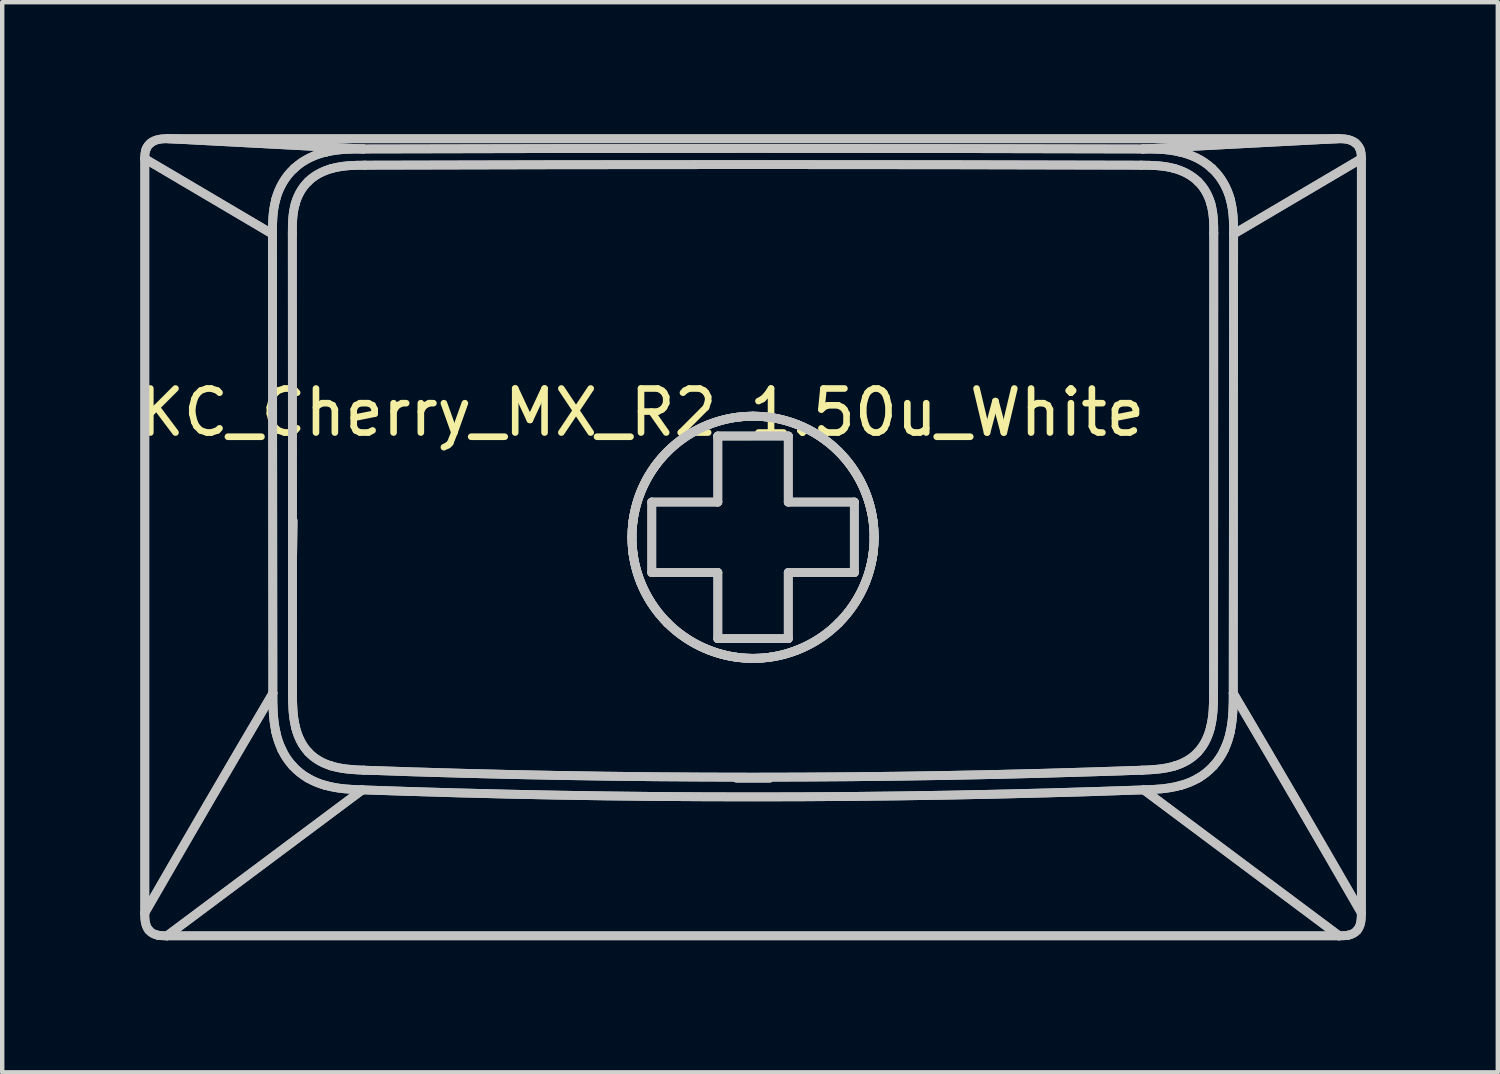
<source format=kicad_pcb>
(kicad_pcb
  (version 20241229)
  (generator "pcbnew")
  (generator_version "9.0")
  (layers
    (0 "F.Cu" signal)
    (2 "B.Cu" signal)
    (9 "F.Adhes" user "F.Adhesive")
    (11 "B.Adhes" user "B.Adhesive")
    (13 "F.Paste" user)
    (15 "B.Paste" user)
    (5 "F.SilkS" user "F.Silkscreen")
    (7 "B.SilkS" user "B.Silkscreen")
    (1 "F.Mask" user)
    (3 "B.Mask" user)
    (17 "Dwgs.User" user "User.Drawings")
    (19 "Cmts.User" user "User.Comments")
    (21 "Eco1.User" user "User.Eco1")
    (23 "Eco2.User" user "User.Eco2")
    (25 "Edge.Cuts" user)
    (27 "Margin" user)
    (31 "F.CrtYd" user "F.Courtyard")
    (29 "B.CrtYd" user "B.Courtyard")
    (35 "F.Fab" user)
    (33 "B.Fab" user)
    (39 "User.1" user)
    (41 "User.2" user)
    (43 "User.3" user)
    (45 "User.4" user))
  (footprint "KC_Cherry_MX_R2_1.50u_White"
    (layer "F.Cu")
    (at 14.07 9.111)
    (property "Reference" "KC_Cherry_MX_R2_1.50u_White" (at -2.54 -2.794 0) (layer "F.SilkS") (effects (font (size 1 1) (thickness 0.15))))
    (attr allow_missing_courtyard)
    (fp_line (start -13.832 -8.557) (end -13.832 8.568) (stroke (width 0.2) (type default)) (layer "Dwgs.User"))
    (fp_line (start -13.832 -8.557) (end -13.832 8.568) (stroke (width 0.2) (type default)) (layer "Dwgs.User"))
    (fp_line (start -13.328 9.089) (end 13.288 9.089) (stroke (width 0.2) (type default)) (layer "Dwgs.User"))
    (fp_line (start -13.328 9.089) (end 13.288 9.089) (stroke (width 0.2) (type default)) (layer "Dwgs.User"))
    (fp_line (start -10.933 -6.846) (end -13.832 -8.557) (stroke (width 0.2) (type default)) (layer "Dwgs.User"))
    (fp_line (start -10.933 -6.846) (end -13.832 -8.557) (stroke (width 0.2) (type default)) (layer "Dwgs.User"))
    (fp_line (start -10.924 3.58) (end -10.933 -6.846) (stroke (width 0.2) (type default)) (layer "Dwgs.User"))
    (fp_line (start -10.924 3.58) (end -10.933 -6.846) (stroke (width 0.2) (type default)) (layer "Dwgs.User"))
    (fp_line (start -10.478 3.564) (end -10.482 -6.861) (stroke (width 0.2) (type default)) (layer "Dwgs.User"))
    (fp_line (start -10.478 3.564) (end -10.482 -6.861) (stroke (width 0.2) (type default)) (layer "Dwgs.User"))
    (fp_line (start -10.465 -0.336) (end -10.475 0.414) (stroke (width 0.2) (type default)) (layer "Dwgs.User"))
    (fp_line (start -10.465 -0.336) (end -10.475 0.414) (stroke (width 0.2) (type default)) (layer "Dwgs.User"))
    (fp_line (start -8.892 5.775) (end -13.328 9.089) (stroke (width 0.2) (type default)) (layer "Dwgs.User"))
    (fp_line (start -8.892 5.775) (end -13.328 9.089) (stroke (width 0.2) (type default)) (layer "Dwgs.User"))
    (fp_line (start -8.867 -8.778) (end -13.302 -9.011) (stroke (width 0.2) (type default)) (layer "Dwgs.User"))
    (fp_line (start -8.867 -8.778) (end -13.302 -9.011) (stroke (width 0.2) (type default)) (layer "Dwgs.User"))
    (fp_line (start -2.32 -0.76) (end -0.82 -0.76) (stroke (width 0.2) (type default)) (layer "Dwgs.User"))
    (fp_line (start -2.32 -0.76) (end -0.82 -0.76) (stroke (width 0.2) (type default)) (layer "Dwgs.User"))
    (fp_line (start -2.32 0.84) (end -2.32 -0.76) (stroke (width 0.2) (type default)) (layer "Dwgs.User"))
    (fp_line (start -2.32 0.84) (end -2.32 -0.76) (stroke (width 0.2) (type default)) (layer "Dwgs.User"))
    (fp_line (start -0.82 -2.26) (end 0.78 -2.26) (stroke (width 0.2) (type default)) (layer "Dwgs.User"))
    (fp_line (start -0.82 -2.26) (end 0.78 -2.26) (stroke (width 0.2) (type default)) (layer "Dwgs.User"))
    (fp_line (start -0.82 -0.76) (end -0.82 -2.26) (stroke (width 0.2) (type default)) (layer "Dwgs.User"))
    (fp_line (start -0.82 -0.76) (end -0.82 -2.26) (stroke (width 0.2) (type default)) (layer "Dwgs.User"))
    (fp_line (start -0.82 0.84) (end -2.32 0.84) (stroke (width 0.2) (type default)) (layer "Dwgs.User"))
    (fp_line (start -0.82 0.84) (end -2.32 0.84) (stroke (width 0.2) (type default)) (layer "Dwgs.User"))
    (fp_line (start -0.82 2.34) (end -0.82 0.84) (stroke (width 0.2) (type default)) (layer "Dwgs.User"))
    (fp_line (start -0.82 2.34) (end -0.82 0.84) (stroke (width 0.2) (type default)) (layer "Dwgs.User"))
    (fp_line (start 0.355 5.509) (end -0.395 5.509) (stroke (width 0.2) (type default)) (layer "Dwgs.User"))
    (fp_line (start 0.355 5.509) (end -0.395 5.509) (stroke (width 0.2) (type default)) (layer "Dwgs.User"))
    (fp_line (start 0.78 -2.26) (end 0.78 -0.76) (stroke (width 0.2) (type default)) (layer "Dwgs.User"))
    (fp_line (start 0.78 -2.26) (end 0.78 -0.76) (stroke (width 0.2) (type default)) (layer "Dwgs.User"))
    (fp_line (start 0.78 -0.76) (end 2.28 -0.76) (stroke (width 0.2) (type default)) (layer "Dwgs.User"))
    (fp_line (start 0.78 -0.76) (end 2.28 -0.76) (stroke (width 0.2) (type default)) (layer "Dwgs.User"))
    (fp_line (start 0.78 0.84) (end 0.78 2.34) (stroke (width 0.2) (type default)) (layer "Dwgs.User"))
    (fp_line (start 0.78 0.84) (end 0.78 2.34) (stroke (width 0.2) (type default)) (layer "Dwgs.User"))
    (fp_line (start 0.78 2.34) (end -0.82 2.34) (stroke (width 0.2) (type default)) (layer "Dwgs.User"))
    (fp_line (start 0.78 2.34) (end -0.82 2.34) (stroke (width 0.2) (type default)) (layer "Dwgs.User"))
    (fp_line (start 2.28 -0.76) (end 2.28 0.84) (stroke (width 0.2) (type default)) (layer "Dwgs.User"))
    (fp_line (start 2.28 -0.76) (end 2.28 0.84) (stroke (width 0.2) (type default)) (layer "Dwgs.User"))
    (fp_line (start 2.28 0.84) (end 0.78 0.84) (stroke (width 0.2) (type default)) (layer "Dwgs.User"))
    (fp_line (start 2.28 0.84) (end 0.78 0.84) (stroke (width 0.2) (type default)) (layer "Dwgs.User"))
    (fp_line (start 8.852 5.775) (end 13.288 9.089) (stroke (width 0.2) (type default)) (layer "Dwgs.User"))
    (fp_line (start 8.852 5.775) (end 13.288 9.089) (stroke (width 0.2) (type default)) (layer "Dwgs.User"))
    (fp_line (start 10.442 -6.861) (end 10.438 3.564) (stroke (width 0.2) (type default)) (layer "Dwgs.User"))
    (fp_line (start 10.442 -6.861) (end 10.438 3.564) (stroke (width 0.2) (type default)) (layer "Dwgs.User"))
    (fp_line (start 10.893 -6.846) (end 10.884 3.58) (stroke (width 0.2) (type default)) (layer "Dwgs.User"))
    (fp_line (start 10.893 -6.846) (end 10.884 3.58) (stroke (width 0.2) (type default)) (layer "Dwgs.User"))
    (fp_line (start 13.262 -9.011) (end -13.302 -9.011) (stroke (width 0.2) (type default)) (layer "Dwgs.User"))
    (fp_line (start 13.262 -9.011) (end -13.302 -9.011) (stroke (width 0.2) (type default)) (layer "Dwgs.User"))
    (fp_line (start 13.262 -9.011) (end 8.827 -8.778) (stroke (width 0.2) (type default)) (layer "Dwgs.User"))
    (fp_line (start 13.262 -9.011) (end 8.827 -8.778) (stroke (width 0.2) (type default)) (layer "Dwgs.User"))
    (fp_line (start 13.793 -8.557) (end 10.893 -6.846) (stroke (width 0.2) (type default)) (layer "Dwgs.User"))
    (fp_line (start 13.793 -8.557) (end 10.893 -6.846) (stroke (width 0.2) (type default)) (layer "Dwgs.User"))
    (fp_line (start 13.793 8.568) (end 13.793 -8.557) (stroke (width 0.2) (type default)) (layer "Dwgs.User"))
    (fp_line (start 13.793 8.568) (end 13.793 -8.557) (stroke (width 0.2) (type default)) (layer "Dwgs.User"))
    (fp_curve (pts (xy -13.832 8.568) (xy -13.833 8.703) (xy -13.83 8.853) (xy -13.739 8.962)) (stroke (width 0.2) (type default)) (layer "Dwgs.User"))
    (fp_curve (pts (xy -13.832 8.568) (xy -13.833 8.703) (xy -13.83 8.853) (xy -13.739 8.962)) (stroke (width 0.2) (type default)) (layer "Dwgs.User"))
    (fp_curve (pts (xy -13.802 -8.775) (xy -13.83 -8.706) (xy -13.833 -8.631) (xy -13.832 -8.557)) (stroke (width 0.2) (type default)) (layer "Dwgs.User"))
    (fp_curve (pts (xy -13.802 -8.775) (xy -13.83 -8.706) (xy -13.833 -8.631) (xy -13.832 -8.557)) (stroke (width 0.2) (type default)) (layer "Dwgs.User"))
    (fp_curve (pts (xy -13.739 8.962) (xy -13.689 9.022) (xy -13.616 9.059) (xy -13.54 9.074)) (stroke (width 0.2) (type default)) (layer "Dwgs.User"))
    (fp_curve (pts (xy -13.739 8.962) (xy -13.689 9.022) (xy -13.616 9.059) (xy -13.54 9.074)) (stroke (width 0.2) (type default)) (layer "Dwgs.User"))
    (fp_curve (pts (xy -13.696 -8.916) (xy -13.744 -8.879) (xy -13.78 -8.832) (xy -13.802 -8.775)) (stroke (width 0.2) (type default)) (layer "Dwgs.User"))
    (fp_curve (pts (xy -13.696 -8.916) (xy -13.744 -8.879) (xy -13.78 -8.832) (xy -13.802 -8.775)) (stroke (width 0.2) (type default)) (layer "Dwgs.User"))
    (fp_curve (pts (xy -13.54 9.074) (xy -13.47 9.087) (xy -13.399 9.092) (xy -13.328 9.089)) (stroke (width 0.2) (type default)) (layer "Dwgs.User"))
    (fp_curve (pts (xy -13.54 9.074) (xy -13.47 9.087) (xy -13.399 9.092) (xy -13.328 9.089)) (stroke (width 0.2) (type default)) (layer "Dwgs.User"))
    (fp_curve (pts (xy -13.302 -9.011) (xy -13.437 -9.013) (xy -13.585 -9.003) (xy -13.696 -8.916)) (stroke (width 0.2) (type default)) (layer "Dwgs.User"))
    (fp_curve (pts (xy -13.302 -9.011) (xy -13.437 -9.013) (xy -13.585 -9.003) (xy -13.696 -8.916)) (stroke (width 0.2) (type default)) (layer "Dwgs.User"))
    (fp_curve (pts (xy -10.933 -6.846) (xy -10.932 -7.072) (xy -10.935 -7.338) (xy -10.858 -7.63)) (stroke (width 0.2) (type default)) (layer "Dwgs.User"))
    (fp_curve (pts (xy -10.933 -6.846) (xy -10.932 -7.072) (xy -10.935 -7.338) (xy -10.858 -7.63)) (stroke (width 0.2) (type default)) (layer "Dwgs.User"))
    (fp_curve (pts (xy -10.924 3.58) (xy -11.907 5.244) (xy -12.876 6.907) (xy -13.832 8.568)) (stroke (width 0.2) (type default)) (layer "Dwgs.User"))
    (fp_curve (pts (xy -10.924 3.58) (xy -11.907 5.244) (xy -12.876 6.907) (xy -13.832 8.568)) (stroke (width 0.2) (type default)) (layer "Dwgs.User"))
    (fp_curve (pts (xy -10.858 -7.63) (xy -10.793 -7.883) (xy -10.648 -8.148) (xy -10.439 -8.338)) (stroke (width 0.2) (type default)) (layer "Dwgs.User"))
    (fp_curve (pts (xy -10.858 -7.63) (xy -10.793 -7.883) (xy -10.648 -8.148) (xy -10.439 -8.338)) (stroke (width 0.2) (type default)) (layer "Dwgs.User"))
    (fp_curve (pts (xy -10.857 4.457) (xy -10.925 4.137) (xy -10.923 3.846) (xy -10.924 3.58)) (stroke (width 0.2) (type default)) (layer "Dwgs.User"))
    (fp_curve (pts (xy -10.857 4.457) (xy -10.925 4.137) (xy -10.923 3.846) (xy -10.924 3.58)) (stroke (width 0.2) (type default)) (layer "Dwgs.User"))
    (fp_curve (pts (xy -10.719 4.865) (xy -10.784 4.727) (xy -10.829 4.591) (xy -10.857 4.457)) (stroke (width 0.2) (type default)) (layer "Dwgs.User"))
    (fp_curve (pts (xy -10.719 4.865) (xy -10.784 4.727) (xy -10.829 4.591) (xy -10.857 4.457)) (stroke (width 0.2) (type default)) (layer "Dwgs.User"))
    (fp_curve (pts (xy -10.482 -6.861) (xy -10.483 -7.087) (xy -10.477 -7.317) (xy -10.415 -7.535)) (stroke (width 0.2) (type default)) (layer "Dwgs.User"))
    (fp_curve (pts (xy -10.482 -6.861) (xy -10.483 -7.087) (xy -10.477 -7.317) (xy -10.415 -7.535)) (stroke (width 0.2) (type default)) (layer "Dwgs.User"))
    (fp_curve (pts (xy -10.476 5.229) (xy -10.578 5.115) (xy -10.659 4.994) (xy -10.719 4.865)) (stroke (width 0.2) (type default)) (layer "Dwgs.User"))
    (fp_curve (pts (xy -10.476 5.229) (xy -10.578 5.115) (xy -10.659 4.994) (xy -10.719 4.865)) (stroke (width 0.2) (type default)) (layer "Dwgs.User"))
    (fp_curve (pts (xy -10.439 -8.338) (xy -10.219 -8.542) (xy -9.953 -8.655) (xy -9.705 -8.71)) (stroke (width 0.2) (type default)) (layer "Dwgs.User"))
    (fp_curve (pts (xy -10.439 -8.338) (xy -10.219 -8.542) (xy -9.953 -8.655) (xy -9.705 -8.71)) (stroke (width 0.2) (type default)) (layer "Dwgs.User"))
    (fp_curve (pts (xy -10.415 -7.535) (xy -10.362 -7.724) (xy -10.264 -7.901) (xy -10.124 -8.038)) (stroke (width 0.2) (type default)) (layer "Dwgs.User"))
    (fp_curve (pts (xy -10.415 -7.535) (xy -10.362 -7.724) (xy -10.264 -7.901) (xy -10.124 -8.038)) (stroke (width 0.2) (type default)) (layer "Dwgs.User"))
    (fp_curve (pts (xy -10.408 4.357) (xy -10.472 4.099) (xy -10.478 3.83) (xy -10.478 3.564)) (stroke (width 0.2) (type default)) (layer "Dwgs.User"))
    (fp_curve (pts (xy -10.408 4.357) (xy -10.472 4.099) (xy -10.478 3.83) (xy -10.478 3.564)) (stroke (width 0.2) (type default)) (layer "Dwgs.User"))
    (fp_curve (pts (xy -10.133 5.506) (xy -10.259 5.432) (xy -10.374 5.34) (xy -10.476 5.229)) (stroke (width 0.2) (type default)) (layer "Dwgs.User"))
    (fp_curve (pts (xy -10.133 5.506) (xy -10.259 5.432) (xy -10.374 5.34) (xy -10.476 5.229)) (stroke (width 0.2) (type default)) (layer "Dwgs.User"))
    (fp_curve (pts (xy -10.124 -8.038) (xy -9.976 -8.183) (xy -9.785 -8.28) (xy -9.586 -8.335)) (stroke (width 0.2) (type default)) (layer "Dwgs.User"))
    (fp_curve (pts (xy -10.124 -8.038) (xy -9.976 -8.183) (xy -9.785 -8.28) (xy -9.586 -8.335)) (stroke (width 0.2) (type default)) (layer "Dwgs.User"))
    (fp_curve (pts (xy -10.12 4.916) (xy -10.265 4.761) (xy -10.358 4.563) (xy -10.408 4.357)) (stroke (width 0.2) (type default)) (layer "Dwgs.User"))
    (fp_curve (pts (xy -10.12 4.916) (xy -10.265 4.761) (xy -10.358 4.563) (xy -10.408 4.357)) (stroke (width 0.2) (type default)) (layer "Dwgs.User"))
    (fp_curve (pts (xy -9.737 5.671) (xy -9.868 5.636) (xy -10.001 5.581) (xy -10.133 5.506)) (stroke (width 0.2) (type default)) (layer "Dwgs.User"))
    (fp_curve (pts (xy -9.737 5.671) (xy -9.868 5.636) (xy -10.001 5.581) (xy -10.133 5.506)) (stroke (width 0.2) (type default)) (layer "Dwgs.User"))
    (fp_curve (pts (xy -9.705 -8.71) (xy -9.403 -8.78) (xy -9.119 -8.776) (xy -8.867 -8.778)) (stroke (width 0.2) (type default)) (layer "Dwgs.User"))
    (fp_curve (pts (xy -9.705 -8.71) (xy -9.403 -8.78) (xy -9.119 -8.776) (xy -8.867 -8.778)) (stroke (width 0.2) (type default)) (layer "Dwgs.User"))
    (fp_curve (pts (xy -9.6 5.23) (xy -9.795 5.171) (xy -9.98 5.068) (xy -10.12 4.916)) (stroke (width 0.2) (type default)) (layer "Dwgs.User"))
    (fp_curve (pts (xy -9.6 5.23) (xy -9.795 5.171) (xy -9.98 5.068) (xy -10.12 4.916)) (stroke (width 0.2) (type default)) (layer "Dwgs.User"))
    (fp_curve (pts (xy -9.586 -8.335) (xy -9.343 -8.401) (xy -9.086 -8.41) (xy -8.834 -8.41)) (stroke (width 0.2) (type default)) (layer "Dwgs.User"))
    (fp_curve (pts (xy -9.586 -8.335) (xy -9.343 -8.401) (xy -9.086 -8.41) (xy -8.834 -8.41)) (stroke (width 0.2) (type default)) (layer "Dwgs.User"))
    (fp_curve (pts (xy -8.892 5.775) (xy -9.144 5.765) (xy -9.426 5.758) (xy -9.737 5.671)) (stroke (width 0.2) (type default)) (layer "Dwgs.User"))
    (fp_curve (pts (xy -8.892 5.775) (xy -9.144 5.765) (xy -9.426 5.758) (xy -9.737 5.671)) (stroke (width 0.2) (type default)) (layer "Dwgs.User"))
    (fp_curve (pts (xy -8.867 -8.778) (xy -2.983 -8.795) (xy 2.943 -8.795) (xy 8.827 -8.778)) (stroke (width 0.2) (type default)) (layer "Dwgs.User"))
    (fp_curve (pts (xy -8.867 -8.778) (xy -2.983 -8.795) (xy 2.943 -8.795) (xy 8.827 -8.778)) (stroke (width 0.2) (type default)) (layer "Dwgs.User"))
    (fp_curve (pts (xy -8.854 5.328) (xy -9.105 5.319) (xy -9.358 5.304) (xy -9.6 5.23)) (stroke (width 0.2) (type default)) (layer "Dwgs.User"))
    (fp_curve (pts (xy -8.854 5.328) (xy -9.105 5.319) (xy -9.358 5.304) (xy -9.6 5.23)) (stroke (width 0.2) (type default)) (layer "Dwgs.User"))
    (fp_curve (pts (xy -8.834 -8.41) (xy -2.972 -8.428) (xy 2.932 -8.428) (xy 8.794 -8.41)) (stroke (width 0.2) (type default)) (layer "Dwgs.User"))
    (fp_curve (pts (xy -8.834 -8.41) (xy -2.972 -8.428) (xy 2.932 -8.428) (xy 8.794 -8.41)) (stroke (width 0.2) (type default)) (layer "Dwgs.User"))
    (fp_curve (pts (xy -2.77 0.039) (xy -2.77 0.363) (xy -2.711 0.713) (xy -2.577 1.052)) (stroke (width 0.2) (type default)) (layer "Dwgs.User"))
    (fp_curve (pts (xy -2.77 0.039) (xy -2.77 0.363) (xy -2.711 0.713) (xy -2.577 1.052)) (stroke (width 0.2) (type default)) (layer "Dwgs.User"))
    (fp_curve (pts (xy -2.744 0.414) (xy -2.663 1.005) (xy -2.391 1.557) (xy -1.965 1.984)) (stroke (width 0.2) (type default)) (layer "Dwgs.User"))
    (fp_curve (pts (xy -2.744 0.414) (xy -2.663 1.005) (xy -2.391 1.557) (xy -1.965 1.984)) (stroke (width 0.2) (type default)) (layer "Dwgs.User"))
    (fp_curve (pts (xy -2.744 -0.336) (xy -2.779 -0.086) (xy -2.779 0.164) (xy -2.744 0.414)) (stroke (width 0.2) (type default)) (layer "Dwgs.User"))
    (fp_curve (pts (xy -2.744 -0.336) (xy -2.779 -0.086) (xy -2.779 0.164) (xy -2.744 0.414)) (stroke (width 0.2) (type default)) (layer "Dwgs.User"))
    (fp_curve (pts (xy -2.577 -0.973) (xy -2.711 -0.634) (xy -2.77 -0.284) (xy -2.77 0.039)) (stroke (width 0.2) (type default)) (layer "Dwgs.User"))
    (fp_curve (pts (xy -2.577 -0.973) (xy -2.711 -0.634) (xy -2.77 -0.284) (xy -2.77 0.039)) (stroke (width 0.2) (type default)) (layer "Dwgs.User"))
    (fp_curve (pts (xy -2.577 1.052) (xy -2.444 1.39) (xy -2.234 1.716) (xy -1.965 1.984)) (stroke (width 0.2) (type default)) (layer "Dwgs.User"))
    (fp_curve (pts (xy -2.577 1.052) (xy -2.444 1.39) (xy -2.234 1.716) (xy -1.965 1.984)) (stroke (width 0.2) (type default)) (layer "Dwgs.User"))
    (fp_curve (pts (xy -1.965 -1.905) (xy -2.391 -1.479) (xy -2.663 -0.927) (xy -2.744 -0.336)) (stroke (width 0.2) (type default)) (layer "Dwgs.User"))
    (fp_curve (pts (xy -1.965 -1.905) (xy -2.391 -1.479) (xy -2.663 -0.927) (xy -2.744 -0.336)) (stroke (width 0.2) (type default)) (layer "Dwgs.User"))
    (fp_curve (pts (xy -1.965 -1.905) (xy -2.234 -1.637) (xy -2.444 -1.311) (xy -2.577 -0.973)) (stroke (width 0.2) (type default)) (layer "Dwgs.User"))
    (fp_curve (pts (xy -1.965 -1.905) (xy -2.234 -1.637) (xy -2.444 -1.311) (xy -2.577 -0.973)) (stroke (width 0.2) (type default)) (layer "Dwgs.User"))
    (fp_curve (pts (xy -1.965 1.984) (xy -1.696 2.253) (xy -1.371 2.463) (xy -1.032 2.596)) (stroke (width 0.2) (type default)) (layer "Dwgs.User"))
    (fp_curve (pts (xy -1.965 1.984) (xy -1.696 2.253) (xy -1.371 2.463) (xy -1.032 2.596)) (stroke (width 0.2) (type default)) (layer "Dwgs.User"))
    (fp_curve (pts (xy -1.965 1.984) (xy -1.545 2.406) (xy -0.984 2.684) (xy -0.395 2.764)) (stroke (width 0.2) (type default)) (layer "Dwgs.User"))
    (fp_curve (pts (xy -1.965 1.984) (xy -1.545 2.406) (xy -0.984 2.684) (xy -0.395 2.764)) (stroke (width 0.2) (type default)) (layer "Dwgs.User"))
    (fp_curve (pts (xy -1.032 -2.518) (xy -1.371 -2.384) (xy -1.696 -2.174) (xy -1.965 -1.905)) (stroke (width 0.2) (type default)) (layer "Dwgs.User"))
    (fp_curve (pts (xy -1.032 -2.518) (xy -1.371 -2.384) (xy -1.696 -2.174) (xy -1.965 -1.905)) (stroke (width 0.2) (type default)) (layer "Dwgs.User"))
    (fp_curve (pts (xy -1.032 2.596) (xy -0.693 2.731) (xy -0.344 2.79) (xy -0.02 2.789)) (stroke (width 0.2) (type default)) (layer "Dwgs.User"))
    (fp_curve (pts (xy -1.032 2.596) (xy -0.693 2.731) (xy -0.344 2.79) (xy -0.02 2.789)) (stroke (width 0.2) (type default)) (layer "Dwgs.User"))
    (fp_curve (pts (xy -0.395 -2.685) (xy -0.984 -2.605) (xy -1.545 -2.327) (xy -1.965 -1.905)) (stroke (width 0.2) (type default)) (layer "Dwgs.User"))
    (fp_curve (pts (xy -0.395 -2.685) (xy -0.984 -2.605) (xy -1.545 -2.327) (xy -1.965 -1.905)) (stroke (width 0.2) (type default)) (layer "Dwgs.User"))
    (fp_curve (pts (xy -0.395 -2.685) (xy -0.145 -2.719) (xy 0.105 -2.719) (xy 0.355 -2.685)) (stroke (width 0.2) (type default)) (layer "Dwgs.User"))
    (fp_curve (pts (xy -0.395 -2.685) (xy -0.145 -2.719) (xy 0.105 -2.719) (xy 0.355 -2.685)) (stroke (width 0.2) (type default)) (layer "Dwgs.User"))
    (fp_curve (pts (xy -0.02 -2.711) (xy -0.344 -2.711) (xy -0.693 -2.652) (xy -1.032 -2.518)) (stroke (width 0.2) (type default)) (layer "Dwgs.User"))
    (fp_curve (pts (xy -0.02 -2.711) (xy -0.344 -2.711) (xy -0.693 -2.652) (xy -1.032 -2.518)) (stroke (width 0.2) (type default)) (layer "Dwgs.User"))
    (fp_curve (pts (xy -0.02 2.789) (xy 0.304 2.79) (xy 0.653 2.731) (xy 0.992 2.596)) (stroke (width 0.2) (type default)) (layer "Dwgs.User"))
    (fp_curve (pts (xy -0.02 2.789) (xy 0.304 2.79) (xy 0.653 2.731) (xy 0.992 2.596)) (stroke (width 0.2) (type default)) (layer "Dwgs.User"))
    (fp_curve (pts (xy 0.355 2.764) (xy 0.105 2.798) (xy -0.145 2.798) (xy -0.395 2.764)) (stroke (width 0.2) (type default)) (layer "Dwgs.User"))
    (fp_curve (pts (xy 0.355 2.764) (xy 0.105 2.798) (xy -0.145 2.798) (xy -0.395 2.764)) (stroke (width 0.2) (type default)) (layer "Dwgs.User"))
    (fp_curve (pts (xy 0.355 2.764) (xy 0.944 2.684) (xy 1.505 2.406) (xy 1.925 1.984)) (stroke (width 0.2) (type default)) (layer "Dwgs.User"))
    (fp_curve (pts (xy 0.355 2.764) (xy 0.944 2.684) (xy 1.505 2.406) (xy 1.925 1.984)) (stroke (width 0.2) (type default)) (layer "Dwgs.User"))
    (fp_curve (pts (xy 0.992 -2.518) (xy 0.653 -2.652) (xy 0.304 -2.711) (xy -0.02 -2.711)) (stroke (width 0.2) (type default)) (layer "Dwgs.User"))
    (fp_curve (pts (xy 0.992 -2.518) (xy 0.653 -2.652) (xy 0.304 -2.711) (xy -0.02 -2.711)) (stroke (width 0.2) (type default)) (layer "Dwgs.User"))
    (fp_curve (pts (xy 0.992 2.596) (xy 1.331 2.463) (xy 1.656 2.253) (xy 1.925 1.984)) (stroke (width 0.2) (type default)) (layer "Dwgs.User"))
    (fp_curve (pts (xy 0.992 2.596) (xy 1.331 2.463) (xy 1.656 2.253) (xy 1.925 1.984)) (stroke (width 0.2) (type default)) (layer "Dwgs.User"))
    (fp_curve (pts (xy 1.925 -1.905) (xy 1.505 -2.327) (xy 0.944 -2.605) (xy 0.355 -2.685)) (stroke (width 0.2) (type default)) (layer "Dwgs.User"))
    (fp_curve (pts (xy 1.925 -1.905) (xy 1.505 -2.327) (xy 0.944 -2.605) (xy 0.355 -2.685)) (stroke (width 0.2) (type default)) (layer "Dwgs.User"))
    (fp_curve (pts (xy 1.925 -1.905) (xy 1.656 -2.174) (xy 1.331 -2.384) (xy 0.992 -2.518)) (stroke (width 0.2) (type default)) (layer "Dwgs.User"))
    (fp_curve (pts (xy 1.925 -1.905) (xy 1.656 -2.174) (xy 1.331 -2.384) (xy 0.992 -2.518)) (stroke (width 0.2) (type default)) (layer "Dwgs.User"))
    (fp_curve (pts (xy 1.925 1.984) (xy 2.194 1.716) (xy 2.404 1.39) (xy 2.537 1.052)) (stroke (width 0.2) (type default)) (layer "Dwgs.User"))
    (fp_curve (pts (xy 1.925 1.984) (xy 2.194 1.716) (xy 2.404 1.39) (xy 2.537 1.052)) (stroke (width 0.2) (type default)) (layer "Dwgs.User"))
    (fp_curve (pts (xy 1.925 1.984) (xy 2.351 1.557) (xy 2.623 1.005) (xy 2.704 0.414)) (stroke (width 0.2) (type default)) (layer "Dwgs.User"))
    (fp_curve (pts (xy 1.925 1.984) (xy 2.351 1.557) (xy 2.623 1.005) (xy 2.704 0.414)) (stroke (width 0.2) (type default)) (layer "Dwgs.User"))
    (fp_curve (pts (xy 2.537 -0.973) (xy 2.404 -1.311) (xy 2.194 -1.637) (xy 1.925 -1.905)) (stroke (width 0.2) (type default)) (layer "Dwgs.User"))
    (fp_curve (pts (xy 2.537 -0.973) (xy 2.404 -1.311) (xy 2.194 -1.637) (xy 1.925 -1.905)) (stroke (width 0.2) (type default)) (layer "Dwgs.User"))
    (fp_curve (pts (xy 2.537 1.052) (xy 2.671 0.713) (xy 2.73 0.363) (xy 2.73 0.039)) (stroke (width 0.2) (type default)) (layer "Dwgs.User"))
    (fp_curve (pts (xy 2.537 1.052) (xy 2.671 0.713) (xy 2.73 0.363) (xy 2.73 0.039)) (stroke (width 0.2) (type default)) (layer "Dwgs.User"))
    (fp_curve (pts (xy 2.704 -0.336) (xy 2.721 -0.212) (xy 2.73 -0.086) (xy 2.73 0.039)) (stroke (width 0.2) (type default)) (layer "Dwgs.User"))
    (fp_curve (pts (xy 2.704 -0.336) (xy 2.721 -0.212) (xy 2.73 -0.086) (xy 2.73 0.039)) (stroke (width 0.2) (type default)) (layer "Dwgs.User"))
    (fp_curve (pts (xy 2.704 -0.336) (xy 2.623 -0.927) (xy 2.351 -1.479) (xy 1.925 -1.905)) (stroke (width 0.2) (type default)) (layer "Dwgs.User"))
    (fp_curve (pts (xy 2.704 -0.336) (xy 2.623 -0.927) (xy 2.351 -1.479) (xy 1.925 -1.905)) (stroke (width 0.2) (type default)) (layer "Dwgs.User"))
    (fp_curve (pts (xy 2.73 0.039) (xy 2.73 -0.284) (xy 2.671 -0.634) (xy 2.537 -0.973)) (stroke (width 0.2) (type default)) (layer "Dwgs.User"))
    (fp_curve (pts (xy 2.73 0.039) (xy 2.73 -0.284) (xy 2.671 -0.634) (xy 2.537 -0.973)) (stroke (width 0.2) (type default)) (layer "Dwgs.User"))
    (fp_curve (pts (xy 2.73 0.039) (xy 2.73 0.165) (xy 2.721 0.29) (xy 2.704 0.414)) (stroke (width 0.2) (type default)) (layer "Dwgs.User"))
    (fp_curve (pts (xy 2.73 0.039) (xy 2.73 0.165) (xy 2.721 0.29) (xy 2.704 0.414)) (stroke (width 0.2) (type default)) (layer "Dwgs.User"))
    (fp_curve (pts (xy 8.794 -8.41) (xy 9.046 -8.41) (xy 9.303 -8.401) (xy 9.546 -8.335)) (stroke (width 0.2) (type default)) (layer "Dwgs.User"))
    (fp_curve (pts (xy 8.794 -8.41) (xy 9.046 -8.41) (xy 9.303 -8.401) (xy 9.546 -8.335)) (stroke (width 0.2) (type default)) (layer "Dwgs.User"))
    (fp_curve (pts (xy 8.814 5.328) (xy 2.94 5.54) (xy -2.98 5.54) (xy -8.854 5.328)) (stroke (width 0.2) (type default)) (layer "Dwgs.User"))
    (fp_curve (pts (xy 8.814 5.328) (xy 2.94 5.54) (xy -2.98 5.54) (xy -8.854 5.328)) (stroke (width 0.2) (type default)) (layer "Dwgs.User"))
    (fp_curve (pts (xy 8.827 -8.778) (xy 9.079 -8.776) (xy 9.363 -8.78) (xy 9.665 -8.71)) (stroke (width 0.2) (type default)) (layer "Dwgs.User"))
    (fp_curve (pts (xy 8.827 -8.778) (xy 9.079 -8.776) (xy 9.363 -8.78) (xy 9.665 -8.71)) (stroke (width 0.2) (type default)) (layer "Dwgs.User"))
    (fp_curve (pts (xy 8.852 5.775) (xy 2.953 5.988) (xy -2.993 5.988) (xy -8.892 5.775)) (stroke (width 0.2) (type default)) (layer "Dwgs.User"))
    (fp_curve (pts (xy 8.852 5.775) (xy 2.953 5.988) (xy -2.993 5.988) (xy -8.892 5.775)) (stroke (width 0.2) (type default)) (layer "Dwgs.User"))
    (fp_curve (pts (xy 9.546 -8.335) (xy 9.745 -8.28) (xy 9.936 -8.183) (xy 10.084 -8.038)) (stroke (width 0.2) (type default)) (layer "Dwgs.User"))
    (fp_curve (pts (xy 9.546 -8.335) (xy 9.745 -8.28) (xy 9.936 -8.183) (xy 10.084 -8.038)) (stroke (width 0.2) (type default)) (layer "Dwgs.User"))
    (fp_curve (pts (xy 9.56 5.23) (xy 9.318 5.304) (xy 9.065 5.319) (xy 8.814 5.328)) (stroke (width 0.2) (type default)) (layer "Dwgs.User"))
    (fp_curve (pts (xy 9.56 5.23) (xy 9.318 5.304) (xy 9.065 5.319) (xy 8.814 5.328)) (stroke (width 0.2) (type default)) (layer "Dwgs.User"))
    (fp_curve (pts (xy 9.665 -8.71) (xy 9.913 -8.655) (xy 10.179 -8.542) (xy 10.399 -8.338)) (stroke (width 0.2) (type default)) (layer "Dwgs.User"))
    (fp_curve (pts (xy 9.665 -8.71) (xy 9.913 -8.655) (xy 10.179 -8.542) (xy 10.399 -8.338)) (stroke (width 0.2) (type default)) (layer "Dwgs.User"))
    (fp_curve (pts (xy 9.697 5.671) (xy 9.386 5.758) (xy 9.104 5.765) (xy 8.852 5.775)) (stroke (width 0.2) (type default)) (layer "Dwgs.User"))
    (fp_curve (pts (xy 9.697 5.671) (xy 9.386 5.758) (xy 9.104 5.765) (xy 8.852 5.775)) (stroke (width 0.2) (type default)) (layer "Dwgs.User"))
    (fp_curve (pts (xy 10.08 4.916) (xy 9.94 5.068) (xy 9.755 5.171) (xy 9.56 5.23)) (stroke (width 0.2) (type default)) (layer "Dwgs.User"))
    (fp_curve (pts (xy 10.08 4.916) (xy 9.94 5.068) (xy 9.755 5.171) (xy 9.56 5.23)) (stroke (width 0.2) (type default)) (layer "Dwgs.User"))
    (fp_curve (pts (xy 10.084 -8.038) (xy 10.224 -7.901) (xy 10.322 -7.724) (xy 10.375 -7.535)) (stroke (width 0.2) (type default)) (layer "Dwgs.User"))
    (fp_curve (pts (xy 10.084 -8.038) (xy 10.224 -7.901) (xy 10.322 -7.724) (xy 10.375 -7.535)) (stroke (width 0.2) (type default)) (layer "Dwgs.User"))
    (fp_curve (pts (xy 10.093 5.506) (xy 9.961 5.581) (xy 9.828 5.636) (xy 9.697 5.671)) (stroke (width 0.2) (type default)) (layer "Dwgs.User"))
    (fp_curve (pts (xy 10.093 5.506) (xy 9.961 5.581) (xy 9.828 5.636) (xy 9.697 5.671)) (stroke (width 0.2) (type default)) (layer "Dwgs.User"))
    (fp_curve (pts (xy 10.368 4.357) (xy 10.318 4.563) (xy 10.225 4.761) (xy 10.08 4.916)) (stroke (width 0.2) (type default)) (layer "Dwgs.User"))
    (fp_curve (pts (xy 10.368 4.357) (xy 10.318 4.563) (xy 10.225 4.761) (xy 10.08 4.916)) (stroke (width 0.2) (type default)) (layer "Dwgs.User"))
    (fp_curve (pts (xy 10.375 -7.535) (xy 10.437 -7.317) (xy 10.443 -7.087) (xy 10.442 -6.861)) (stroke (width 0.2) (type default)) (layer "Dwgs.User"))
    (fp_curve (pts (xy 10.375 -7.535) (xy 10.437 -7.317) (xy 10.443 -7.087) (xy 10.442 -6.861)) (stroke (width 0.2) (type default)) (layer "Dwgs.User"))
    (fp_curve (pts (xy 10.399 -8.338) (xy 10.608 -8.148) (xy 10.753 -7.883) (xy 10.818 -7.63)) (stroke (width 0.2) (type default)) (layer "Dwgs.User"))
    (fp_curve (pts (xy 10.399 -8.338) (xy 10.608 -8.148) (xy 10.753 -7.883) (xy 10.818 -7.63)) (stroke (width 0.2) (type default)) (layer "Dwgs.User"))
    (fp_curve (pts (xy 10.436 5.229) (xy 10.334 5.34) (xy 10.219 5.432) (xy 10.093 5.506)) (stroke (width 0.2) (type default)) (layer "Dwgs.User"))
    (fp_curve (pts (xy 10.436 5.229) (xy 10.334 5.34) (xy 10.219 5.432) (xy 10.093 5.506)) (stroke (width 0.2) (type default)) (layer "Dwgs.User"))
    (fp_curve (pts (xy 10.438 3.564) (xy 10.438 3.83) (xy 10.432 4.099) (xy 10.368 4.357)) (stroke (width 0.2) (type default)) (layer "Dwgs.User"))
    (fp_curve (pts (xy 10.438 3.564) (xy 10.438 3.83) (xy 10.432 4.099) (xy 10.368 4.357)) (stroke (width 0.2) (type default)) (layer "Dwgs.User"))
    (fp_curve (pts (xy 10.679 4.865) (xy 10.619 4.994) (xy 10.538 5.115) (xy 10.436 5.229)) (stroke (width 0.2) (type default)) (layer "Dwgs.User"))
    (fp_curve (pts (xy 10.679 4.865) (xy 10.619 4.994) (xy 10.538 5.115) (xy 10.436 5.229)) (stroke (width 0.2) (type default)) (layer "Dwgs.User"))
    (fp_curve (pts (xy 10.817 4.457) (xy 10.789 4.591) (xy 10.744 4.727) (xy 10.679 4.865)) (stroke (width 0.2) (type default)) (layer "Dwgs.User"))
    (fp_curve (pts (xy 10.817 4.457) (xy 10.789 4.591) (xy 10.744 4.727) (xy 10.679 4.865)) (stroke (width 0.2) (type default)) (layer "Dwgs.User"))
    (fp_curve (pts (xy 10.818 -7.63) (xy 10.895 -7.338) (xy 10.892 -7.072) (xy 10.893 -6.846)) (stroke (width 0.2) (type default)) (layer "Dwgs.User"))
    (fp_curve (pts (xy 10.818 -7.63) (xy 10.895 -7.338) (xy 10.892 -7.072) (xy 10.893 -6.846)) (stroke (width 0.2) (type default)) (layer "Dwgs.User"))
    (fp_curve (pts (xy 10.884 3.58) (xy 10.883 3.846) (xy 10.885 4.137) (xy 10.817 4.457)) (stroke (width 0.2) (type default)) (layer "Dwgs.User"))
    (fp_curve (pts (xy 10.884 3.58) (xy 10.883 3.846) (xy 10.885 4.137) (xy 10.817 4.457)) (stroke (width 0.2) (type default)) (layer "Dwgs.User"))
    (fp_curve (pts (xy 10.884 3.58) (xy 11.867 5.244) (xy 12.836 6.907) (xy 13.793 8.568)) (stroke (width 0.2) (type default)) (layer "Dwgs.User"))
    (fp_curve (pts (xy 10.884 3.58) (xy 11.867 5.244) (xy 12.836 6.907) (xy 13.793 8.568)) (stroke (width 0.2) (type default)) (layer "Dwgs.User"))
    (fp_curve (pts (xy 13.288 9.089) (xy 13.359 9.092) (xy 13.43 9.087) (xy 13.5 9.074)) (stroke (width 0.2) (type default)) (layer "Dwgs.User"))
    (fp_curve (pts (xy 13.288 9.089) (xy 13.359 9.092) (xy 13.43 9.087) (xy 13.5 9.074)) (stroke (width 0.2) (type default)) (layer "Dwgs.User"))
    (fp_curve (pts (xy 13.5 9.074) (xy 13.576 9.059) (xy 13.649 9.022) (xy 13.699 8.962)) (stroke (width 0.2) (type default)) (layer "Dwgs.User"))
    (fp_curve (pts (xy 13.5 9.074) (xy 13.576 9.059) (xy 13.649 9.022) (xy 13.699 8.962)) (stroke (width 0.2) (type default)) (layer "Dwgs.User"))
    (fp_curve (pts (xy 13.656 -8.916) (xy 13.545 -9.003) (xy 13.397 -9.013) (xy 13.262 -9.011)) (stroke (width 0.2) (type default)) (layer "Dwgs.User"))
    (fp_curve (pts (xy 13.656 -8.916) (xy 13.545 -9.003) (xy 13.397 -9.013) (xy 13.262 -9.011)) (stroke (width 0.2) (type default)) (layer "Dwgs.User"))
    (fp_curve (pts (xy 13.699 8.962) (xy 13.79 8.853) (xy 13.793 8.703) (xy 13.793 8.568)) (stroke (width 0.2) (type default)) (layer "Dwgs.User"))
    (fp_curve (pts (xy 13.699 8.962) (xy 13.79 8.853) (xy 13.793 8.703) (xy 13.793 8.568)) (stroke (width 0.2) (type default)) (layer "Dwgs.User"))
    (fp_curve (pts (xy 13.762 -8.775) (xy 13.74 -8.832) (xy 13.704 -8.879) (xy 13.656 -8.916)) (stroke (width 0.2) (type default)) (layer "Dwgs.User"))
    (fp_curve (pts (xy 13.762 -8.775) (xy 13.74 -8.832) (xy 13.704 -8.879) (xy 13.656 -8.916)) (stroke (width 0.2) (type default)) (layer "Dwgs.User"))
    (fp_curve (pts (xy 13.793 -8.557) (xy 13.793 -8.631) (xy 13.79 -8.706) (xy 13.762 -8.775)) (stroke (width 0.2) (type default)) (layer "Dwgs.User"))
    (fp_curve (pts (xy 13.793 -8.557) (xy 13.793 -8.631) (xy 13.79 -8.706) (xy 13.762 -8.775)) (stroke (width 0.2) (type default)) (layer "Dwgs.User")))
  (gr_rect
    (start -3 -3)
    (end 30.962 21.3)
    (stroke (width 0.1) (type default))
    (fill no)
    (layer "Edge.Cuts")))
</source>
